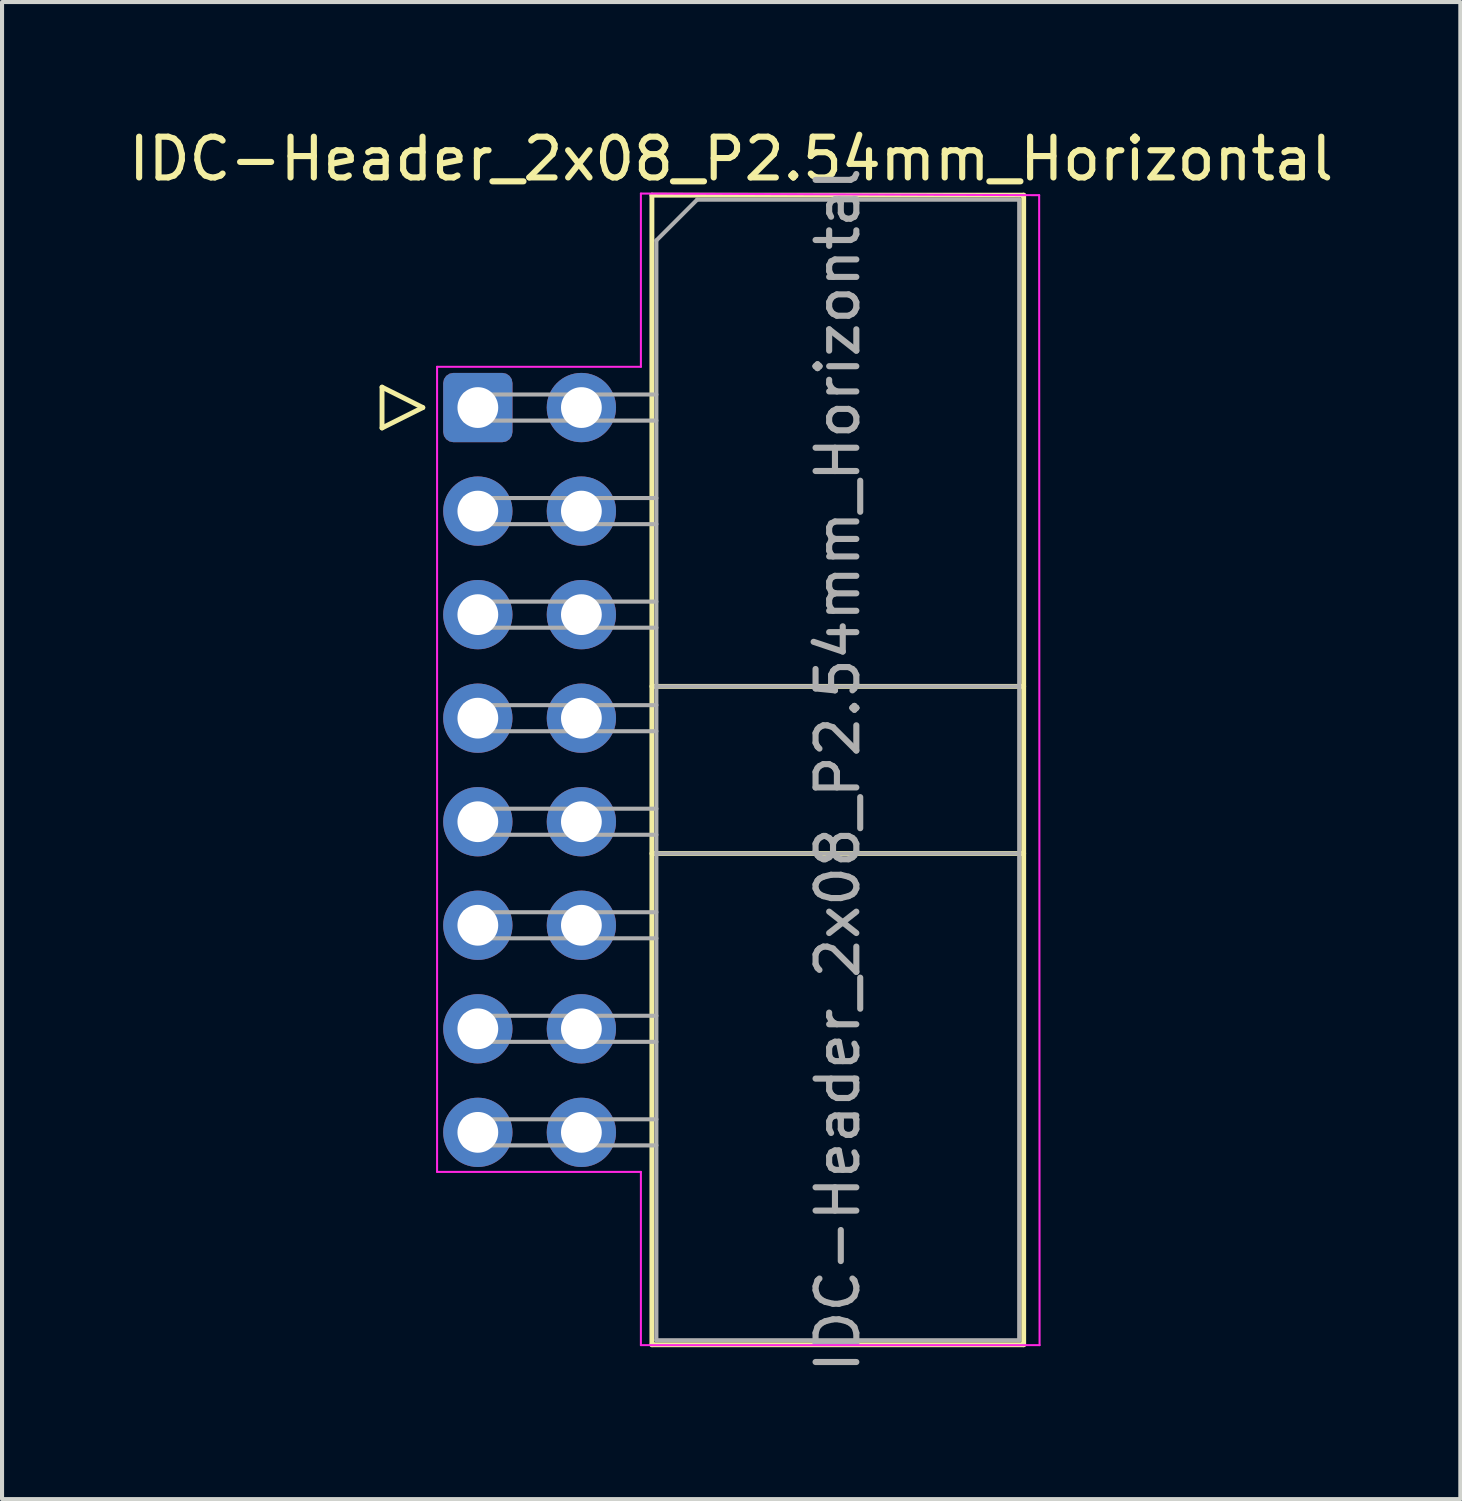
<source format=kicad_pcb>
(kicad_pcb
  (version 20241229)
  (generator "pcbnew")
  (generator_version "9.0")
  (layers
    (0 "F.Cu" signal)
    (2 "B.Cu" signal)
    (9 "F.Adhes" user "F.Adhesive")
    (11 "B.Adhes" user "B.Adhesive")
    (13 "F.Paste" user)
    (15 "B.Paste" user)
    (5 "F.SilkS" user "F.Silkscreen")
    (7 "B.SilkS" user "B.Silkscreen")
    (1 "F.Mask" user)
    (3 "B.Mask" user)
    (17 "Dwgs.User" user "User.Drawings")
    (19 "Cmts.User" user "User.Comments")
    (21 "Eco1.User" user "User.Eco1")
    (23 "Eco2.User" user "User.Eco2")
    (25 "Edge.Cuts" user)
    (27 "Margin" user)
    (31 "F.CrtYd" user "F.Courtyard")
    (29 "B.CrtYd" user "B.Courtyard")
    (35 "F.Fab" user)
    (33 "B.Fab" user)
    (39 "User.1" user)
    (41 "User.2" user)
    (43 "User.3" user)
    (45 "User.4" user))
  (footprint "IDC-Header_2x08_P2.54mm_Horizontal"
    (layer "F.Cu")
    (at 8.672 6.948)
    (property "Reference" "IDC-Header_2x08_P2.54mm_Horizontal" (at 6.215 -6.1 0) (layer "F.SilkS") (effects (font (size 1 1) (thickness 0.15))))
    (attr through_hole)
    (fp_line (start -2.35 -0.5) (end -2.35 0.5) (stroke (width 0.12) (type solid)) (layer "F.SilkS"))
    (fp_line (start -2.35 0.5) (end -1.35 0) (stroke (width 0.12) (type solid)) (layer "F.SilkS"))
    (fp_line (start -1.35 0) (end -2.35 -0.5) (stroke (width 0.12) (type solid)) (layer "F.SilkS"))
    (fp_line (start 4.27 -5.21) (end 13.39 -5.21) (stroke (width 0.12) (type solid)) (layer "F.SilkS"))
    (fp_line (start 4.27 6.84) (end 13.39 6.84) (stroke (width 0.12) (type solid)) (layer "F.SilkS"))
    (fp_line (start 4.27 10.94) (end 13.39 10.94) (stroke (width 0.12) (type solid)) (layer "F.SilkS"))
    (fp_line (start 4.27 22.99) (end 4.27 -5.21) (stroke (width 0.12) (type solid)) (layer "F.SilkS"))
    (fp_line (start 13.39 -5.21) (end 13.39 22.99) (stroke (width 0.12) (type solid)) (layer "F.SilkS"))
    (fp_line (start 13.39 22.99) (end 4.27 22.99) (stroke (width 0.12) (type solid)) (layer "F.SilkS"))
    (fp_line (start -1 -1) (end -1 18.75) (stroke (width 0.05) (type solid)) (layer "F.CrtYd"))
    (fp_line (start -1 -1) (end 4 -1) (stroke (width 0.05) (type default)) (layer "F.CrtYd"))
    (fp_line (start -1 18.75) (end 4 18.75) (stroke (width 0.05) (type default)) (layer "F.CrtYd"))
    (fp_line (start 4 -1) (end 4 -5.25) (stroke (width 0.05) (type default)) (layer "F.CrtYd"))
    (fp_line (start 4 18.75) (end 4 23) (stroke (width 0.05) (type default)) (layer "F.CrtYd"))
    (fp_line (start 4 23) (end 13.78 23) (stroke (width 0.05) (type solid)) (layer "F.CrtYd"))
    (fp_line (start 13.77 -5.21) (end 4 -5.25) (stroke (width 0.05) (type solid)) (layer "F.CrtYd"))
    (fp_line (start 13.78 23) (end 13.77 -5.21) (stroke (width 0.05) (type solid)) (layer "F.CrtYd"))
    (fp_line (start -0.32 -0.32) (end -0.32 0.32) (stroke (width 0.1) (type solid)) (layer "F.Fab"))
    (fp_line (start -0.32 0.32) (end 4.38 0.32) (stroke (width 0.1) (type solid)) (layer "F.Fab"))
    (fp_line (start -0.32 2.22) (end -0.32 2.86) (stroke (width 0.1) (type solid)) (layer "F.Fab"))
    (fp_line (start -0.32 2.86) (end 4.38 2.86) (stroke (width 0.1) (type solid)) (layer "F.Fab"))
    (fp_line (start -0.32 4.76) (end -0.32 5.4) (stroke (width 0.1) (type solid)) (layer "F.Fab"))
    (fp_line (start -0.32 5.4) (end 4.38 5.4) (stroke (width 0.1) (type solid)) (layer "F.Fab"))
    (fp_line (start -0.32 7.3) (end -0.32 7.94) (stroke (width 0.1) (type solid)) (layer "F.Fab"))
    (fp_line (start -0.32 7.94) (end 4.38 7.94) (stroke (width 0.1) (type solid)) (layer "F.Fab"))
    (fp_line (start -0.32 9.84) (end -0.32 10.48) (stroke (width 0.1) (type solid)) (layer "F.Fab"))
    (fp_line (start -0.32 10.48) (end 4.38 10.48) (stroke (width 0.1) (type solid)) (layer "F.Fab"))
    (fp_line (start -0.32 12.38) (end -0.32 13.02) (stroke (width 0.1) (type solid)) (layer "F.Fab"))
    (fp_line (start -0.32 13.02) (end 4.38 13.02) (stroke (width 0.1) (type solid)) (layer "F.Fab"))
    (fp_line (start -0.32 14.92) (end -0.32 15.56) (stroke (width 0.1) (type solid)) (layer "F.Fab"))
    (fp_line (start -0.32 15.56) (end 4.38 15.56) (stroke (width 0.1) (type solid)) (layer "F.Fab"))
    (fp_line (start -0.32 17.46) (end -0.32 18.1) (stroke (width 0.1) (type solid)) (layer "F.Fab"))
    (fp_line (start -0.32 18.1) (end 4.38 18.1) (stroke (width 0.1) (type solid)) (layer "F.Fab"))
    (fp_line (start 4.38 -4.1) (end 5.38 -5.1) (stroke (width 0.1) (type solid)) (layer "F.Fab"))
    (fp_line (start 4.38 -0.32) (end -0.32 -0.32) (stroke (width 0.1) (type solid)) (layer "F.Fab"))
    (fp_line (start 4.38 2.22) (end -0.32 2.22) (stroke (width 0.1) (type solid)) (layer "F.Fab"))
    (fp_line (start 4.38 4.76) (end -0.32 4.76) (stroke (width 0.1) (type solid)) (layer "F.Fab"))
    (fp_line (start 4.38 6.84) (end 13.28 6.84) (stroke (width 0.1) (type solid)) (layer "F.Fab"))
    (fp_line (start 4.38 7.3) (end -0.32 7.3) (stroke (width 0.1) (type solid)) (layer "F.Fab"))
    (fp_line (start 4.38 9.84) (end -0.32 9.84) (stroke (width 0.1) (type solid)) (layer "F.Fab"))
    (fp_line (start 4.38 10.94) (end 13.28 10.94) (stroke (width 0.1) (type solid)) (layer "F.Fab"))
    (fp_line (start 4.38 12.38) (end -0.32 12.38) (stroke (width 0.1) (type solid)) (layer "F.Fab"))
    (fp_line (start 4.38 14.92) (end -0.32 14.92) (stroke (width 0.1) (type solid)) (layer "F.Fab"))
    (fp_line (start 4.38 17.46) (end -0.32 17.46) (stroke (width 0.1) (type solid)) (layer "F.Fab"))
    (fp_line (start 4.38 22.88) (end 4.38 -4.1) (stroke (width 0.1) (type solid)) (layer "F.Fab"))
    (fp_line (start 5.38 -5.1) (end 13.28 -5.1) (stroke (width 0.1) (type solid)) (layer "F.Fab"))
    (fp_line (start 13.28 -5.1) (end 13.28 22.88) (stroke (width 0.1) (type solid)) (layer "F.Fab"))
    (fp_line (start 13.28 22.88) (end 4.38 22.88) (stroke (width 0.1) (type solid)) (layer "F.Fab"))
    (fp_text user "${REFERENCE}" (at 8.83 8.89 270) (layer "F.Fab") (effects (font (size 1 1) (thickness 0.15))))
    (pad "1" thru_hole roundrect (at 0 0) (size 1.7 1.7) (drill 1) (layers "*.Cu" "*.Mask") (roundrect_rratio 0.147))
    (pad "2" thru_hole circle (at 2.54 0) (size 1.7 1.7) (drill 1) (layers "*.Cu" "*.Mask"))
    (pad "3" thru_hole circle (at 0 2.54) (size 1.7 1.7) (drill 1) (layers "*.Cu" "*.Mask"))
    (pad "4" thru_hole circle (at 2.54 2.54) (size 1.7 1.7) (drill 1) (layers "*.Cu" "*.Mask"))
    (pad "5" thru_hole circle (at 0 5.08) (size 1.7 1.7) (drill 1) (layers "*.Cu" "*.Mask"))
    (pad "6" thru_hole circle (at 2.54 5.08) (size 1.7 1.7) (drill 1) (layers "*.Cu" "*.Mask"))
    (pad "7" thru_hole circle (at 0 7.62) (size 1.7 1.7) (drill 1) (layers "*.Cu" "*.Mask"))
    (pad "8" thru_hole circle (at 2.54 7.62) (size 1.7 1.7) (drill 1) (layers "*.Cu" "*.Mask"))
    (pad "9" thru_hole circle (at 0 10.16) (size 1.7 1.7) (drill 1) (layers "*.Cu" "*.Mask"))
    (pad "10" thru_hole circle (at 2.54 10.16) (size 1.7 1.7) (drill 1) (layers "*.Cu" "*.Mask"))
    (pad "11" thru_hole circle (at 0 12.7) (size 1.7 1.7) (drill 1) (layers "*.Cu" "*.Mask"))
    (pad "12" thru_hole circle (at 2.54 12.7) (size 1.7 1.7) (drill 1) (layers "*.Cu" "*.Mask"))
    (pad "13" thru_hole circle (at 0 15.24) (size 1.7 1.7) (drill 1) (layers "*.Cu" "*.Mask"))
    (pad "14" thru_hole circle (at 2.54 15.24) (size 1.7 1.7) (drill 1) (layers "*.Cu" "*.Mask"))
    (pad "15" thru_hole circle (at 0 17.78) (size 1.7 1.7) (drill 1) (layers "*.Cu" "*.Mask"))
    (pad "16" thru_hole circle (at 2.54 17.78) (size 1.7 1.7) (drill 1) (layers "*.Cu" "*.Mask")))
  (gr_rect
    (start -3 -3)
    (end 32.774 33.725)
    (stroke (width 0.1) (type default))
    (fill no)
    (layer "Edge.Cuts")))
</source>
